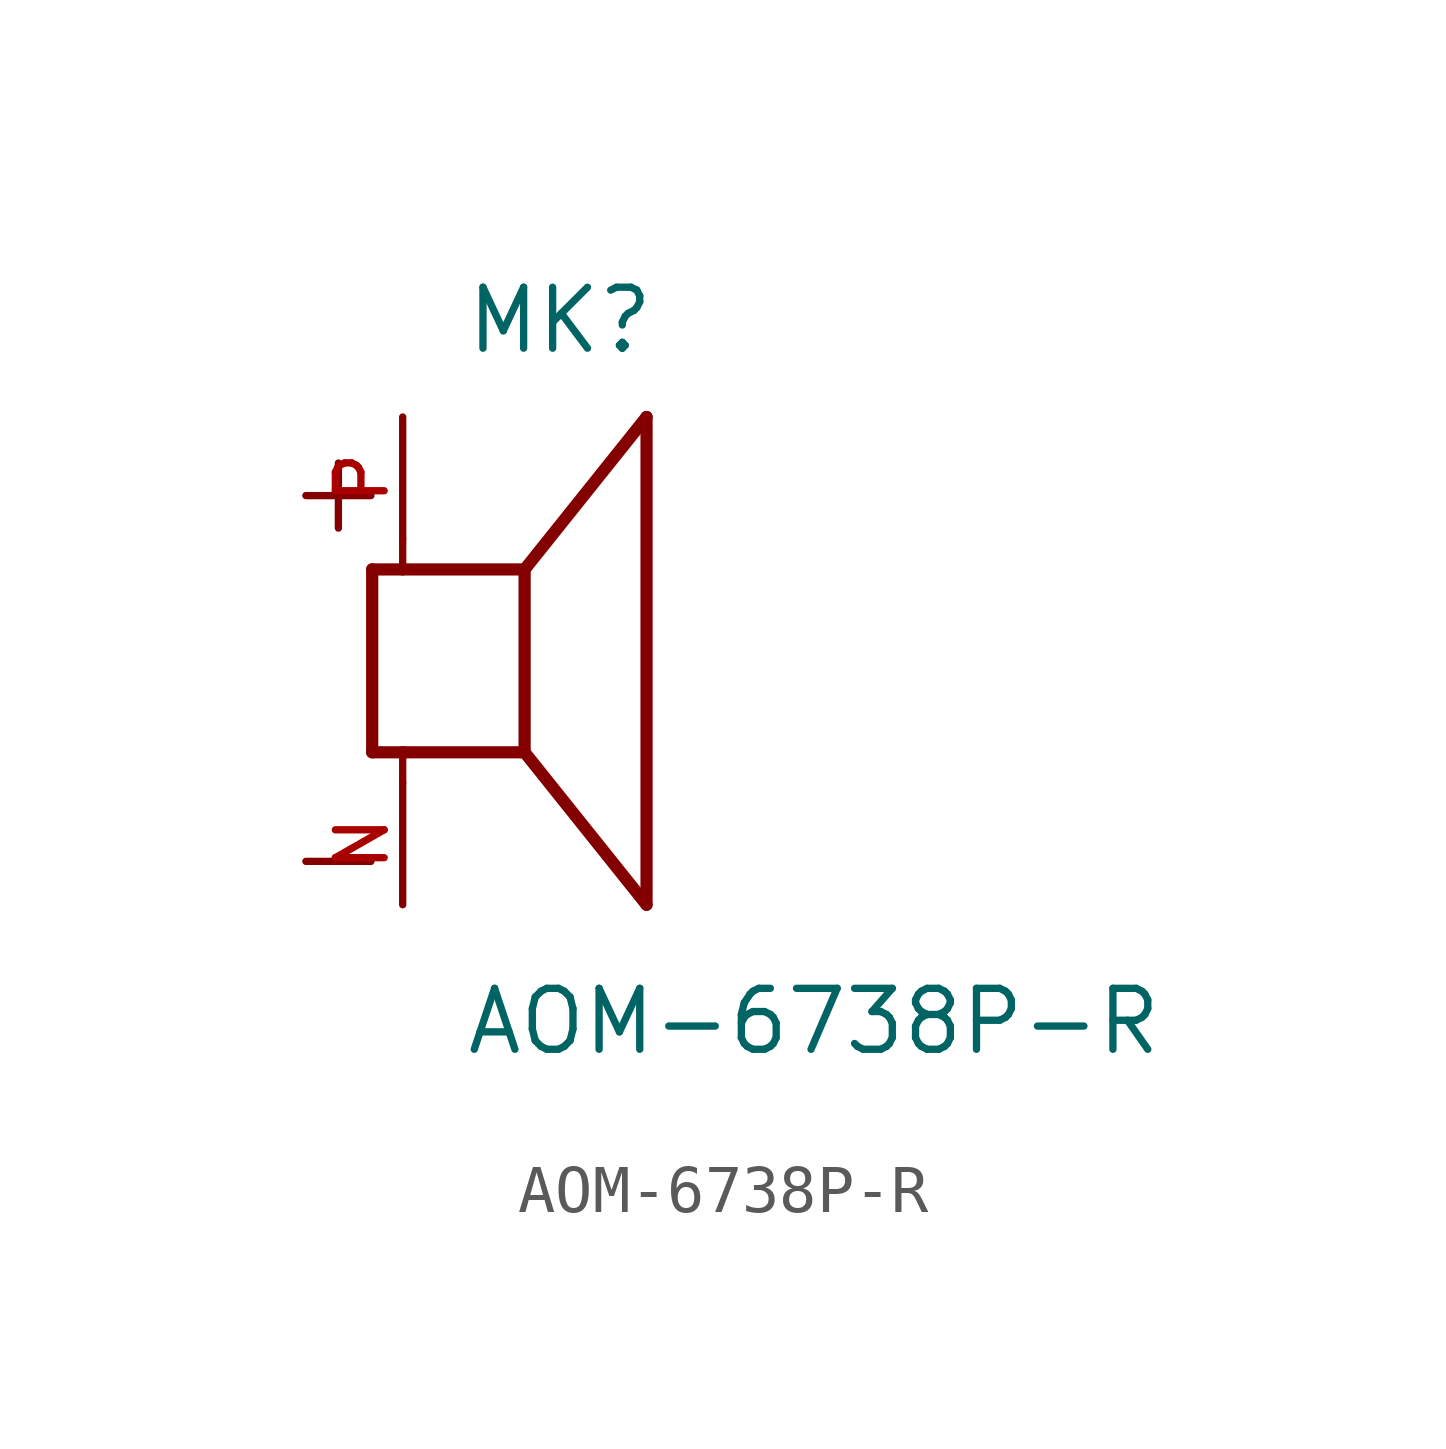
<source format=kicad_sym>
(kicad_symbol_lib
  (version 20211014)
  (generator kicad_symbol_editor)
  (symbol "AOM-6738P-R"
    (pin_names
      (offset 1.016))
    (property "Reference" "MK"
      (at -1.27 6.35 0)
      (effects (font (size 1.27 1.27)) (justify bottom left)))
    (property "Value" "AOM-6738P-R"
      (at -1.27 -8.255 0)
      (effects (font (size 1.27 1.27)) (justify bottom left)))
    (symbol "AOM-6738P-R_0_0"
      (polyline (pts (xy -3.175 1.905) (xy -3.175 -1.905)) (stroke (width 0.254)))
      (polyline (pts (xy -3.175 -1.905) (xy -2.54 -1.905)) (stroke (width 0.254)))
      (polyline (pts (xy 0.0 -1.905) (xy 0.0 1.905)) (stroke (width 0.254)))
      (polyline (pts (xy -3.175 1.905) (xy -2.54 1.905)) (stroke (width 0.254)))
      (polyline (pts (xy 0.0 -1.905) (xy 2.54 -5.08)) (stroke (width 0.254)))
      (polyline (pts (xy 2.54 -5.08) (xy 2.54 5.08)) (stroke (width 0.254)))
      (polyline (pts (xy 0.0 1.905) (xy 2.54 5.08)) (stroke (width 0.254)))
      (polyline (pts (xy -2.54 -2.54) (xy -2.54 -1.905)) (stroke (width 0.152)))
      (polyline (pts (xy -2.54 -1.905) (xy 0.0 -1.905)) (stroke (width 0.254)))
      (polyline (pts (xy -2.54 2.54) (xy -2.54 1.905)) (stroke (width 0.152)))
      (polyline (pts (xy -2.54 1.905) (xy 0.0 1.905)) (stroke (width 0.254)))
      (text "+" (at -5.08 2.54 0) (effects (font (size 1.778 1.778)) (justify bottom left)))
      (text "-" (at -5.08 -5.08 0) (effects (font (size 1.778 1.778)) (justify bottom left)))
      (pin passive line (at -2.54 -5.08 90.0) (length 2.54) (name "~" (effects (font (size 1.016 1.016)))) (number "N" (effects (font (size 1.016 1.016)))))
      (pin passive line (at -2.54 5.08 270.0) (length 2.54) (name "~" (effects (font (size 1.016 1.016)))) (number "P" (effects (font (size 1.016 1.016))))))))
</source>
